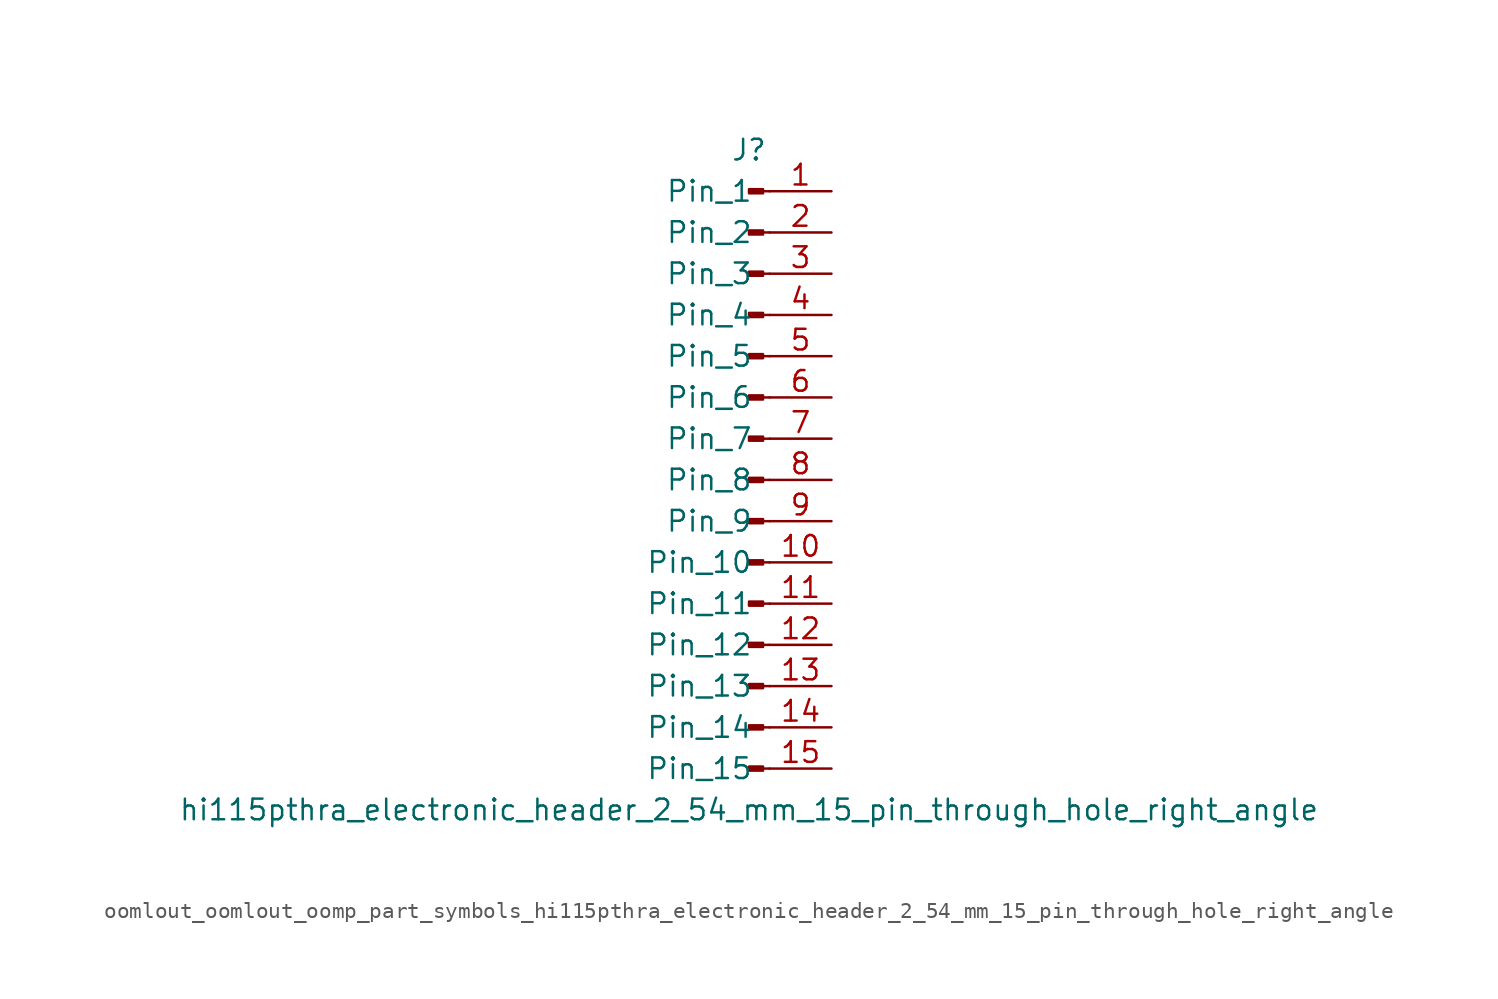
<source format=kicad_sym>
(kicad_symbol_lib
  (version 20220914)
  (generator kicad_symbol_editor)
  (symbol "oomlout_oomlout_oomp_part_symbols_hi115pthra_electronic_header_2_54_mm_15_pin_through_hole_right_angle"
    (pin_names
      (offset 1.016))
    (property "Reference" "J"
      (at 0 20.32 0)
      (effects (font (size 1.27 1.27))))
    (property "Value" "hi115pthra_electronic_header_2_54_mm_15_pin_through_hole_right_angle"
      (at 0 -20.32 0)
      (effects (font (size 1.27 1.27))))
    (property "ki_locked" ""
      (at 0 0 0)
      (effects (font (size 1.27 1.27))))
    (symbol "oomlout_oomlout_oomp_part_symbols_hi115pthra_electronic_header_2_54_mm_15_pin_through_hole_right_angle_1_1"
      (polyline (pts (xy 1.27 -17.78) (xy 0.864 -17.78)) (stroke (width 0.152) (type default)) (fill (type none)))
      (polyline (pts (xy 1.27 -15.24) (xy 0.864 -15.24)) (stroke (width 0.152) (type default)) (fill (type none)))
      (polyline (pts (xy 1.27 -12.7) (xy 0.864 -12.7)) (stroke (width 0.152) (type default)) (fill (type none)))
      (polyline (pts (xy 1.27 -10.16) (xy 0.864 -10.16)) (stroke (width 0.152) (type default)) (fill (type none)))
      (polyline (pts (xy 1.27 -7.62) (xy 0.864 -7.62)) (stroke (width 0.152) (type default)) (fill (type none)))
      (polyline (pts (xy 1.27 -5.08) (xy 0.864 -5.08)) (stroke (width 0.152) (type default)) (fill (type none)))
      (polyline (pts (xy 1.27 -2.54) (xy 0.864 -2.54)) (stroke (width 0.152) (type default)) (fill (type none)))
      (polyline (pts (xy 1.27 0) (xy 0.864 0)) (stroke (width 0.152) (type default)) (fill (type none)))
      (polyline (pts (xy 1.27 2.54) (xy 0.864 2.54)) (stroke (width 0.152) (type default)) (fill (type none)))
      (polyline (pts (xy 1.27 5.08) (xy 0.864 5.08)) (stroke (width 0.152) (type default)) (fill (type none)))
      (polyline (pts (xy 1.27 7.62) (xy 0.864 7.62)) (stroke (width 0.152) (type default)) (fill (type none)))
      (polyline (pts (xy 1.27 10.16) (xy 0.864 10.16)) (stroke (width 0.152) (type default)) (fill (type none)))
      (polyline (pts (xy 1.27 12.7) (xy 0.864 12.7)) (stroke (width 0.152) (type default)) (fill (type none)))
      (polyline (pts (xy 1.27 15.24) (xy 0.864 15.24)) (stroke (width 0.152) (type default)) (fill (type none)))
      (polyline (pts (xy 1.27 17.78) (xy 0.864 17.78)) (stroke (width 0.152) (type default)) (fill (type none)))
      (rectangle (start 0.864 -17.653) (end 0 -17.907) (stroke (width 0.152) (type default)) (fill (type outline)))
      (rectangle (start 0.864 -15.113) (end 0 -15.367) (stroke (width 0.152) (type default)) (fill (type outline)))
      (rectangle (start 0.864 -12.573) (end 0 -12.827) (stroke (width 0.152) (type default)) (fill (type outline)))
      (rectangle (start 0.864 -10.033) (end 0 -10.287) (stroke (width 0.152) (type default)) (fill (type outline)))
      (rectangle (start 0.864 -7.493) (end 0 -7.747) (stroke (width 0.152) (type default)) (fill (type outline)))
      (rectangle (start 0.864 -4.953) (end 0 -5.207) (stroke (width 0.152) (type default)) (fill (type outline)))
      (rectangle (start 0.864 -2.413) (end 0 -2.667) (stroke (width 0.152) (type default)) (fill (type outline)))
      (rectangle (start 0.864 0.127) (end 0 -0.127) (stroke (width 0.152) (type default)) (fill (type outline)))
      (rectangle (start 0.864 2.667) (end 0 2.413) (stroke (width 0.152) (type default)) (fill (type outline)))
      (rectangle (start 0.864 5.207) (end 0 4.953) (stroke (width 0.152) (type default)) (fill (type outline)))
      (rectangle (start 0.864 7.747) (end 0 7.493) (stroke (width 0.152) (type default)) (fill (type outline)))
      (rectangle (start 0.864 10.287) (end 0 10.033) (stroke (width 0.152) (type default)) (fill (type outline)))
      (rectangle (start 0.864 12.827) (end 0 12.573) (stroke (width 0.152) (type default)) (fill (type outline)))
      (rectangle (start 0.864 15.367) (end 0 15.113) (stroke (width 0.152) (type default)) (fill (type outline)))
      (rectangle (start 0.864 17.907) (end 0 17.653) (stroke (width 0.152) (type default)) (fill (type outline)))
      (pin passive line (at 5.08 17.78 180) (length 3.81) (name "Pin_1" (effects (font (size 1.27 1.27)))) (number "1" (effects (font (size 1.27 1.27)))))
      (pin passive line (at 5.08 -5.08 180) (length 3.81) (name "Pin_10" (effects (font (size 1.27 1.27)))) (number "10" (effects (font (size 1.27 1.27)))))
      (pin passive line (at 5.08 -7.62 180) (length 3.81) (name "Pin_11" (effects (font (size 1.27 1.27)))) (number "11" (effects (font (size 1.27 1.27)))))
      (pin passive line (at 5.08 -10.16 180) (length 3.81) (name "Pin_12" (effects (font (size 1.27 1.27)))) (number "12" (effects (font (size 1.27 1.27)))))
      (pin passive line (at 5.08 -12.7 180) (length 3.81) (name "Pin_13" (effects (font (size 1.27 1.27)))) (number "13" (effects (font (size 1.27 1.27)))))
      (pin passive line (at 5.08 -15.24 180) (length 3.81) (name "Pin_14" (effects (font (size 1.27 1.27)))) (number "14" (effects (font (size 1.27 1.27)))))
      (pin passive line (at 5.08 -17.78 180) (length 3.81) (name "Pin_15" (effects (font (size 1.27 1.27)))) (number "15" (effects (font (size 1.27 1.27)))))
      (pin passive line (at 5.08 15.24 180) (length 3.81) (name "Pin_2" (effects (font (size 1.27 1.27)))) (number "2" (effects (font (size 1.27 1.27)))))
      (pin passive line (at 5.08 12.7 180) (length 3.81) (name "Pin_3" (effects (font (size 1.27 1.27)))) (number "3" (effects (font (size 1.27 1.27)))))
      (pin passive line (at 5.08 10.16 180) (length 3.81) (name "Pin_4" (effects (font (size 1.27 1.27)))) (number "4" (effects (font (size 1.27 1.27)))))
      (pin passive line (at 5.08 7.62 180) (length 3.81) (name "Pin_5" (effects (font (size 1.27 1.27)))) (number "5" (effects (font (size 1.27 1.27)))))
      (pin passive line (at 5.08 5.08 180) (length 3.81) (name "Pin_6" (effects (font (size 1.27 1.27)))) (number "6" (effects (font (size 1.27 1.27)))))
      (pin passive line (at 5.08 2.54 180) (length 3.81) (name "Pin_7" (effects (font (size 1.27 1.27)))) (number "7" (effects (font (size 1.27 1.27)))))
      (pin passive line (at 5.08 0 180) (length 3.81) (name "Pin_8" (effects (font (size 1.27 1.27)))) (number "8" (effects (font (size 1.27 1.27)))))
      (pin passive line (at 5.08 -2.54 180) (length 3.81) (name "Pin_9" (effects (font (size 1.27 1.27)))) (number "9" (effects (font (size 1.27 1.27))))))))
</source>
